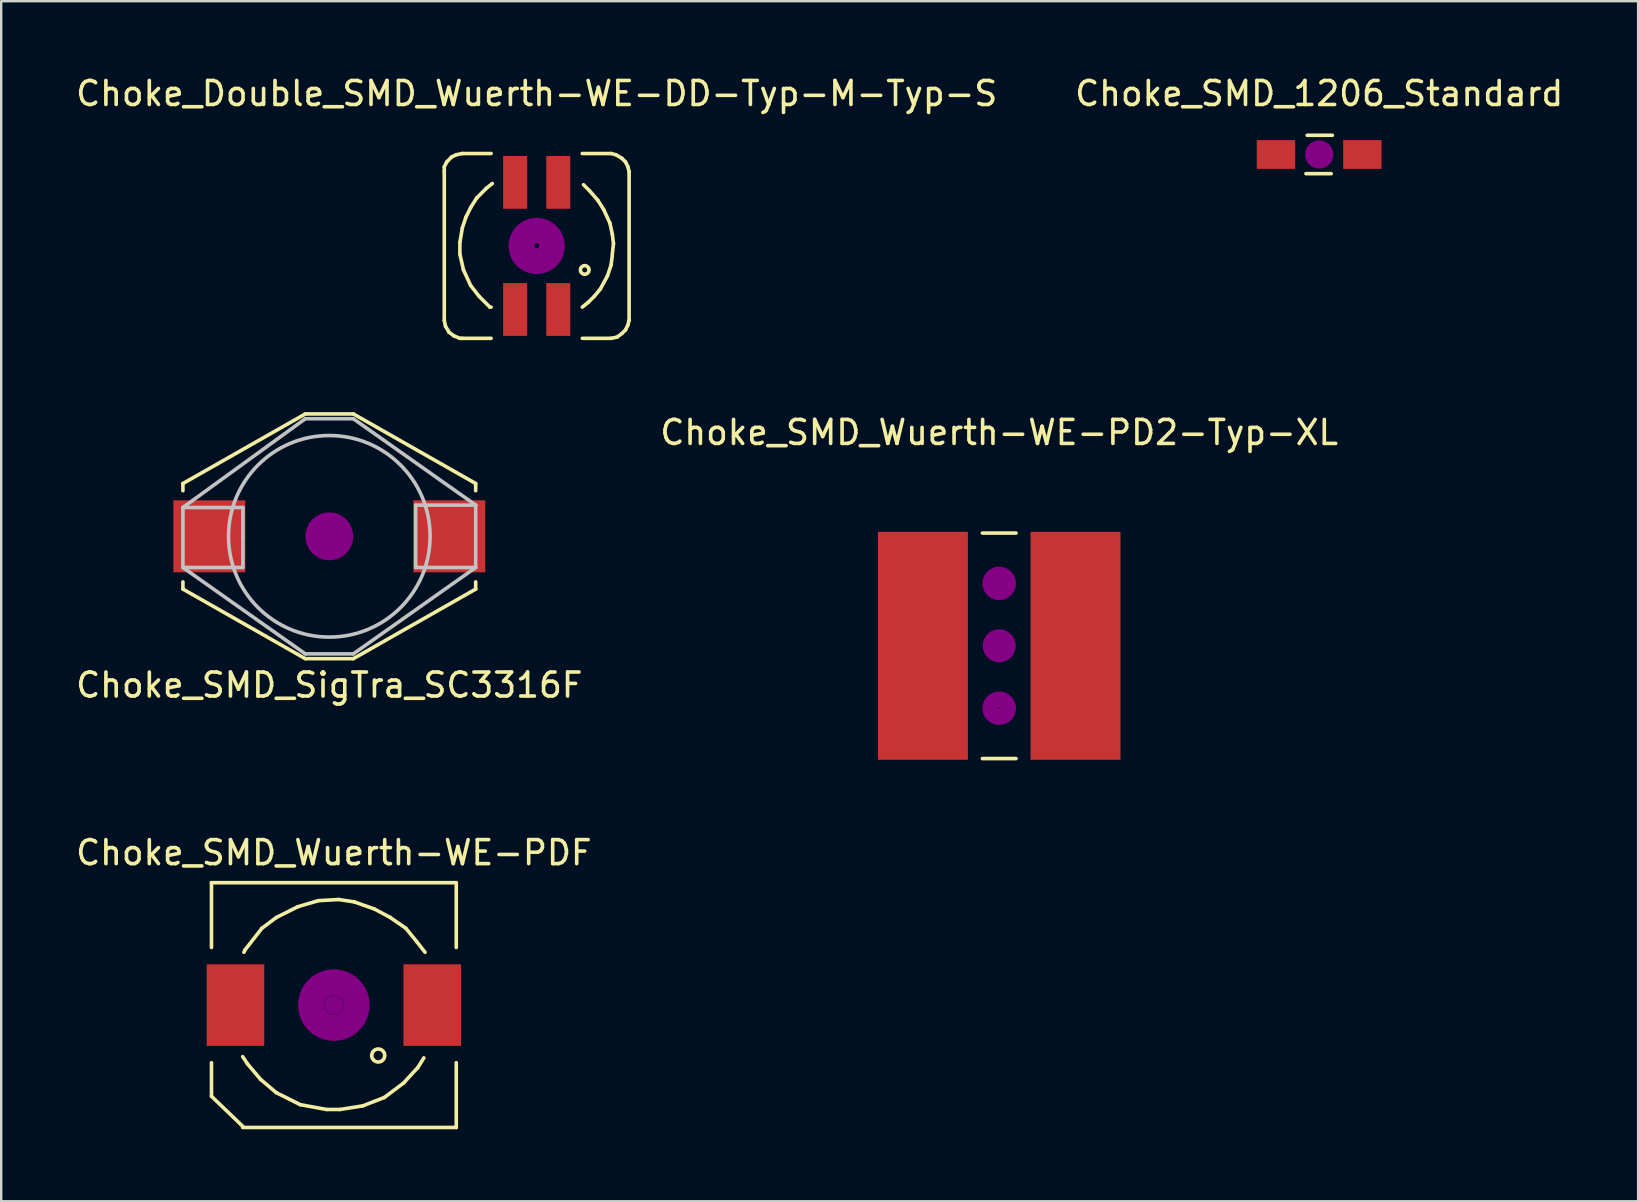
<source format=kicad_pcb>
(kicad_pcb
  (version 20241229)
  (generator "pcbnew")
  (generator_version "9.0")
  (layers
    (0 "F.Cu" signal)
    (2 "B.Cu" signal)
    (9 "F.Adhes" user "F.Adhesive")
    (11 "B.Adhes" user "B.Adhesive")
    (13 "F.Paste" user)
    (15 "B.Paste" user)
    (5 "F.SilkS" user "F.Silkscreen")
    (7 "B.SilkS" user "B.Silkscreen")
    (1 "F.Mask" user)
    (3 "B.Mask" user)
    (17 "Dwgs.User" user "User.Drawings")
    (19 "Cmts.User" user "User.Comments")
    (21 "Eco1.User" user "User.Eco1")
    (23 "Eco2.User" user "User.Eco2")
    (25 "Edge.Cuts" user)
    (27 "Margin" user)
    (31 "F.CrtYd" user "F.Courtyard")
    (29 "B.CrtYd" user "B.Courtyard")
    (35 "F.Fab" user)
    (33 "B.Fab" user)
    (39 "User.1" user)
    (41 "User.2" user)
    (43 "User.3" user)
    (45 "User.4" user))
  (footprint "Choke_Double_SMD_Wuerth-WE-DD-Typ-M-Typ-S"
    (layer "F.Cu")
    (at 19.315 7.198)
    (property "Reference" "Choke_Double_SMD_Wuerth-WE-DD-Typ-M-Typ-S" (at 0 -6.35 0) (layer "F.SilkS") (effects (font (size 1 1) (thickness 0.15))))
    (attr smd)
    (fp_line (start -3.851 -3.299) (end -3.851 -3.099) (stroke (width 0.15) (type solid)) (layer "F.SilkS"))
    (fp_line (start -3.851 -3.099) (end -3.851 3.099) (stroke (width 0.15) (type solid)) (layer "F.SilkS"))
    (fp_line (start -3.851 3.099) (end -3.8 3.35) (stroke (width 0.15) (type solid)) (layer "F.SilkS"))
    (fp_line (start -3.8 3.35) (end -3.65 3.599) (stroke (width 0.15) (type solid)) (layer "F.SilkS"))
    (fp_line (start -3.749 -3.5) (end -3.851 -3.299) (stroke (width 0.15) (type solid)) (layer "F.SilkS"))
    (fp_line (start -3.65 3.599) (end -3.449 3.749) (stroke (width 0.15) (type solid)) (layer "F.SilkS"))
    (fp_line (start -3.551 -3.701) (end -3.749 -3.5) (stroke (width 0.15) (type solid)) (layer "F.SilkS"))
    (fp_line (start -3.449 3.749) (end -3.2 3.851) (stroke (width 0.15) (type solid)) (layer "F.SilkS"))
    (fp_line (start -3.35 -3.8) (end -3.551 -3.701) (stroke (width 0.15) (type solid)) (layer "F.SilkS"))
    (fp_line (start -3.2 -0.15) (end -3.2 0.351) (stroke (width 0.15) (type solid)) (layer "F.SilkS"))
    (fp_line (start -3.2 0.351) (end -3.051 1.001) (stroke (width 0.15) (type solid)) (layer "F.SilkS"))
    (fp_line (start -3.2 3.851) (end -3.099 3.851) (stroke (width 0.15) (type solid)) (layer "F.SilkS"))
    (fp_line (start -3.099 -3.851) (end -3.35 -3.8) (stroke (width 0.15) (type solid)) (layer "F.SilkS"))
    (fp_line (start -3.099 -0.749) (end -3.2 -0.15) (stroke (width 0.15) (type solid)) (layer "F.SilkS"))
    (fp_line (start -3.099 3.851) (end -1.9 3.851) (stroke (width 0.15) (type solid)) (layer "F.SilkS"))
    (fp_line (start -3.051 1.001) (end -2.751 1.651) (stroke (width 0.15) (type solid)) (layer "F.SilkS"))
    (fp_line (start -2.949 -1.199) (end -3.099 -0.749) (stroke (width 0.15) (type solid)) (layer "F.SilkS"))
    (fp_line (start -2.751 -1.6) (end -2.949 -1.199) (stroke (width 0.15) (type solid)) (layer "F.SilkS"))
    (fp_line (start -2.751 1.651) (end -2.4 2.101) (stroke (width 0.15) (type solid)) (layer "F.SilkS"))
    (fp_line (start -2.499 -1.999) (end -2.751 -1.6) (stroke (width 0.15) (type solid)) (layer "F.SilkS"))
    (fp_line (start -2.4 2.101) (end -1.951 2.55) (stroke (width 0.15) (type solid)) (layer "F.SilkS"))
    (fp_line (start -2.101 -2.4) (end -2.499 -1.999) (stroke (width 0.15) (type solid)) (layer "F.SilkS"))
    (fp_line (start -1.951 2.55) (end -1.9 2.55) (stroke (width 0.15) (type solid)) (layer "F.SilkS"))
    (fp_line (start -1.9 -3.851) (end -3.099 -3.851) (stroke (width 0.15) (type solid)) (layer "F.SilkS"))
    (fp_line (start -1.849 -2.601) (end -2.101 -2.4) (stroke (width 0.15) (type solid)) (layer "F.SilkS"))
    (fp_line (start 1.9 -3.851) (end 3.099 -3.851) (stroke (width 0.15) (type solid)) (layer "F.SilkS"))
    (fp_line (start 1.951 -2.55) (end 2.2 -2.301) (stroke (width 0.15) (type solid)) (layer "F.SilkS"))
    (fp_line (start 2.149 2.349) (end 1.9 2.55) (stroke (width 0.15) (type solid)) (layer "F.SilkS"))
    (fp_line (start 2.2 -2.301) (end 2.55 -1.9) (stroke (width 0.15) (type solid)) (layer "F.SilkS"))
    (fp_line (start 2.4 2.101) (end 2.149 2.349) (stroke (width 0.15) (type solid)) (layer "F.SilkS"))
    (fp_line (start 2.55 -1.9) (end 2.799 -1.501) (stroke (width 0.15) (type solid)) (layer "F.SilkS"))
    (fp_line (start 2.649 1.801) (end 2.4 2.101) (stroke (width 0.15) (type solid)) (layer "F.SilkS"))
    (fp_line (start 2.799 -1.501) (end 3.051 -0.95) (stroke (width 0.15) (type solid)) (layer "F.SilkS"))
    (fp_line (start 2.949 1.25) (end 2.649 1.801) (stroke (width 0.15) (type solid)) (layer "F.SilkS"))
    (fp_line (start 3.051 -0.95) (end 3.15 -0.5) (stroke (width 0.15) (type solid)) (layer "F.SilkS"))
    (fp_line (start 3.099 -3.851) (end 3.299 -3.8) (stroke (width 0.15) (type solid)) (layer "F.SilkS"))
    (fp_line (start 3.099 0.8) (end 2.949 1.25) (stroke (width 0.15) (type solid)) (layer "F.SilkS"))
    (fp_line (start 3.099 3.851) (end 1.9 3.851) (stroke (width 0.15) (type solid)) (layer "F.SilkS"))
    (fp_line (start 3.15 -0.5) (end 3.2 -0.099) (stroke (width 0.15) (type solid)) (layer "F.SilkS"))
    (fp_line (start 3.15 0.399) (end 3.099 0.8) (stroke (width 0.15) (type solid)) (layer "F.SilkS"))
    (fp_line (start 3.2 -0.099) (end 3.15 0.351) (stroke (width 0.15) (type solid)) (layer "F.SilkS"))
    (fp_line (start 3.299 -3.8) (end 3.551 -3.65) (stroke (width 0.15) (type solid)) (layer "F.SilkS"))
    (fp_line (start 3.35 3.8) (end 3.099 3.851) (stroke (width 0.15) (type solid)) (layer "F.SilkS"))
    (fp_line (start 3.551 -3.65) (end 3.701 -3.5) (stroke (width 0.15) (type solid)) (layer "F.SilkS"))
    (fp_line (start 3.551 3.65) (end 3.35 3.8) (stroke (width 0.15) (type solid)) (layer "F.SilkS"))
    (fp_line (start 3.701 -3.5) (end 3.8 -3.299) (stroke (width 0.15) (type solid)) (layer "F.SilkS"))
    (fp_line (start 3.701 3.5) (end 3.551 3.65) (stroke (width 0.15) (type solid)) (layer "F.SilkS"))
    (fp_line (start 3.8 -3.299) (end 3.851 -3.099) (stroke (width 0.15) (type solid)) (layer "F.SilkS"))
    (fp_line (start 3.8 3.299) (end 3.701 3.5) (stroke (width 0.15) (type solid)) (layer "F.SilkS"))
    (fp_line (start 3.851 -3.099) (end 3.851 3.099) (stroke (width 0.15) (type solid)) (layer "F.SilkS"))
    (fp_line (start 3.851 3.099) (end 3.8 3.299) (stroke (width 0.15) (type solid)) (layer "F.SilkS"))
    (fp_circle (center 2.002 1.001) (end 2.151 0.902) (stroke (width 0.15) (type solid)) (fill no) (layer "F.SilkS"))
    (fp_circle (center 0 0) (end 0.1 0) (stroke (width 0.305) (type solid)) (fill no) (layer "F.Adhes"))
    (fp_circle (center 0 0) (end 0.3 -0.1) (stroke (width 0.305) (type solid)) (fill no) (layer "F.Adhes"))
    (fp_circle (center 0 0) (end 0.6 0) (stroke (width 0.305) (type solid)) (fill no) (layer "F.Adhes"))
    (fp_circle (center 0 0) (end 0.8 -0.1) (stroke (width 0.305) (type solid)) (fill no) (layer "F.Adhes"))
    (fp_circle (center 0 0) (end 1 -0.2) (stroke (width 0.305) (type solid)) (fill no) (layer "F.Adhes"))
    (fp_circle (center 0.8 0) (end 0.8 0) (stroke (width 0.305) (type solid)) (fill no) (layer "F.Adhes"))
    (pad "1" smd rect (at -0.899 2.649) (size 1.001 2.2) (layers "F.Cu" "F.Mask" "F.Paste"))
    (pad "2" smd rect (at -0.899 -2.649) (size 1.001 2.2) (layers "F.Cu" "F.Mask" "F.Paste"))
    (pad "3" smd rect (at 0.899 -2.649) (size 1.001 2.2) (layers "F.Cu" "F.Mask" "F.Paste"))
    (pad "4" smd rect (at 0.899 2.649) (size 1.001 2.2) (layers "F.Cu" "F.Mask" "F.Paste")))
  (footprint "Choke_SMD_1206_Standard"
    (layer "F.Cu")
    (at 51.923 3.388)
    (property "Reference" "Choke_SMD_1206_Standard" (at 0 -2.54 0) (layer "F.SilkS") (effects (font (size 1 1) (thickness 0.15))))
    (attr smd)
    (fp_line (start -0.551 0.8) (end 0.5 0.8) (stroke (width 0.15) (type solid)) (layer "F.SilkS"))
    (fp_line (start 0.551 -0.8) (end -0.5 -0.8) (stroke (width 0.15) (type solid)) (layer "F.SilkS"))
    (fp_circle (center 0 0) (end 0.201 -0.051) (stroke (width 0.381) (type solid)) (fill no) (layer "F.Adhes"))
    (fp_circle (center 0 0) (end 0.399 0) (stroke (width 0.381) (type solid)) (fill no) (layer "F.Adhes"))
    (pad "1" smd rect (at -1.801 0) (size 1.6 1.199) (layers "F.Cu" "F.Mask" "F.Paste"))
    (pad "2" smd rect (at 1.801 0) (size 1.6 1.199) (layers "F.Cu" "F.Mask" "F.Paste")))
  (footprint "Choke_SMD_Wuerth-WE-PDF"
    (layer "F.Cu")
    (at 10.863 38.834)
    (property "Reference" "Choke_SMD_Wuerth-WE-PDF" (at 0 -6.35 0) (layer "F.SilkS") (effects (font (size 1 1) (thickness 0.15))))
    (attr smd)
    (fp_line (start -5.1 -5.1) (end -5.1 -2.4) (stroke (width 0.15) (type solid)) (layer "F.SilkS"))
    (fp_line (start -5.1 2.4) (end -5.1 3.8) (stroke (width 0.15) (type solid)) (layer "F.SilkS"))
    (fp_line (start -5.1 3.8) (end -3.8 5.05) (stroke (width 0.15) (type solid)) (layer "F.SilkS"))
    (fp_line (start -3.8 2.149) (end -3.599 2.451) (stroke (width 0.15) (type solid)) (layer "F.SilkS"))
    (fp_line (start -3.701 -2.301) (end -3.749 -2.2) (stroke (width 0.15) (type solid)) (layer "F.SilkS"))
    (fp_line (start -3.599 2.451) (end -3.051 3.099) (stroke (width 0.15) (type solid)) (layer "F.SilkS"))
    (fp_line (start -3.051 3.099) (end -2.4 3.65) (stroke (width 0.15) (type solid)) (layer "F.SilkS"))
    (fp_line (start -3 -3.2) (end -3.701 -2.301) (stroke (width 0.15) (type solid)) (layer "F.SilkS"))
    (fp_line (start -2.4 -3.65) (end -3 -3.2) (stroke (width 0.15) (type solid)) (layer "F.SilkS"))
    (fp_line (start -2.4 3.65) (end -1.4 4.15) (stroke (width 0.15) (type solid)) (layer "F.SilkS"))
    (fp_line (start -1.501 -4.1) (end -2.4 -3.65) (stroke (width 0.15) (type solid)) (layer "F.SilkS"))
    (fp_line (start -1.4 4.15) (end -0.3 4.351) (stroke (width 0.15) (type solid)) (layer "F.SilkS"))
    (fp_line (start -0.65 -4.351) (end -1.501 -4.1) (stroke (width 0.15) (type solid)) (layer "F.SilkS"))
    (fp_line (start -0.3 4.351) (end 0.249 4.351) (stroke (width 0.15) (type solid)) (layer "F.SilkS"))
    (fp_line (start 0.201 -4.399) (end -0.65 -4.351) (stroke (width 0.15) (type solid)) (layer "F.SilkS"))
    (fp_line (start 0.249 4.351) (end 1.199 4.201) (stroke (width 0.15) (type solid)) (layer "F.SilkS"))
    (fp_line (start 0.851 -4.3) (end 0.201 -4.399) (stroke (width 0.15) (type solid)) (layer "F.SilkS"))
    (fp_line (start 1.199 4.201) (end 2.101 3.851) (stroke (width 0.15) (type solid)) (layer "F.SilkS"))
    (fp_line (start 1.699 -4) (end 0.851 -4.3) (stroke (width 0.15) (type solid)) (layer "F.SilkS"))
    (fp_line (start 2.101 3.851) (end 2.901 3.251) (stroke (width 0.15) (type solid)) (layer "F.SilkS"))
    (fp_line (start 2.349 -3.65) (end 1.699 -4) (stroke (width 0.15) (type solid)) (layer "F.SilkS"))
    (fp_line (start 2.901 3.251) (end 3.5 2.601) (stroke (width 0.15) (type solid)) (layer "F.SilkS"))
    (fp_line (start 3 -3.2) (end 2.349 -3.65) (stroke (width 0.15) (type solid)) (layer "F.SilkS"))
    (fp_line (start 3.449 -2.649) (end 3 -3.2) (stroke (width 0.15) (type solid)) (layer "F.SilkS"))
    (fp_line (start 3.5 2.601) (end 3.749 2.2) (stroke (width 0.15) (type solid)) (layer "F.SilkS"))
    (fp_line (start 3.8 -2.2) (end 3.449 -2.649) (stroke (width 0.15) (type solid)) (layer "F.SilkS"))
    (fp_line (start 5.1 -5.1) (end -5.1 -5.1) (stroke (width 0.15) (type solid)) (layer "F.SilkS"))
    (fp_line (start 5.1 -5.1) (end 5.1 -2.4) (stroke (width 0.15) (type solid)) (layer "F.SilkS"))
    (fp_line (start 5.1 5.1) (end -3.8 5.1) (stroke (width 0.15) (type solid)) (layer "F.SilkS"))
    (fp_line (start 5.1 5.1) (end 5.1 2.4) (stroke (width 0.15) (type solid)) (layer "F.SilkS"))
    (fp_circle (center 1.849 2.101) (end 2.101 2.2) (stroke (width 0.15) (type solid)) (fill no) (layer "F.SilkS"))
    (fp_circle (center 0 0) (end 0.15 0.15) (stroke (width 0.381) (type solid)) (fill no) (layer "F.Adhes"))
    (fp_circle (center 0 0) (end 0.599 0.051) (stroke (width 0.381) (type solid)) (fill no) (layer "F.Adhes"))
    (fp_circle (center 0 0) (end 0.95 0) (stroke (width 0.381) (type solid)) (fill no) (layer "F.Adhes"))
    (fp_circle (center 0 0) (end 1.3 0.051) (stroke (width 0.381) (type solid)) (fill no) (layer "F.Adhes"))
    (pad "1" smd rect (at -4.1 0) (size 2.4 3.401) (layers "F.Cu" "F.Mask" "F.Paste"))
    (pad "2" smd rect (at 4.1 0) (size 2.4 3.401) (layers "F.Cu" "F.Mask" "F.Paste")))
  (footprint "Choke_SMD_Wuerth-WE-PD2-Typ-XL"
    (layer "F.Cu")
    (at 38.589 23.862)
    (property "Reference" "Choke_SMD_Wuerth-WE-PD2-Typ-XL" (at 0 -8.89 0) (layer "F.SilkS") (effects (font (size 1 1) (thickness 0.15))))
    (attr smd)
    (fp_line (start -0.701 -4.699) (end 0.701 -4.699) (stroke (width 0.15) (type solid)) (layer "F.SilkS"))
    (fp_line (start -0.701 4.699) (end 0.701 4.699) (stroke (width 0.15) (type solid)) (layer "F.SilkS"))
    (fp_circle (center 0 -2.601) (end 0.201 -2.601) (stroke (width 0.381) (type solid)) (fill no) (layer "F.Adhes"))
    (fp_circle (center 0 -2.601) (end 0.5 -2.499) (stroke (width 0.381) (type solid)) (fill no) (layer "F.Adhes"))
    (fp_circle (center 0 0) (end 0.201 0) (stroke (width 0.381) (type solid)) (fill no) (layer "F.Adhes"))
    (fp_circle (center 0 0) (end 0.5 0) (stroke (width 0.381) (type solid)) (fill no) (layer "F.Adhes"))
    (fp_circle (center 0 2.601) (end 0.099 2.799) (stroke (width 0.381) (type solid)) (fill no) (layer "F.Adhes"))
    (fp_circle (center 0 2.601) (end 0.5 2.7) (stroke (width 0.381) (type solid)) (fill no) (layer "F.Adhes"))
    (pad "1" smd rect (at -3.18 0) (size 3.749 9.5) (layers "F.Cu" "F.Mask" "F.Paste"))
    (pad "2" smd rect (at 3.18 0) (size 3.749 9.5) (layers "F.Cu" "F.Mask" "F.Paste")))
  (footprint "Choke_SMD_SigTra_SC3316F"
    (layer "F.Cu")
    (at 10.673 19.299)
    (property "Reference" "Choke_SMD_SigTra_SC3316F" (at 0 6.2 0) (layer "F.SilkS") (effects (font (size 1 1) (thickness 0.15))))
    (attr through_hole)
    (fp_line (start -6.1 -2.2) (end -1 -5.1) (stroke (width 0.15) (type solid)) (layer "F.SilkS"))
    (fp_line (start -6.1 -1.9) (end -6.1 -2.2) (stroke (width 0.15) (type solid)) (layer "F.SilkS"))
    (fp_line (start -6.1 1.9) (end -6.1 2.2) (stroke (width 0.15) (type solid)) (layer "F.SilkS"))
    (fp_line (start -6.1 2.2) (end -1 5.1) (stroke (width 0.15) (type solid)) (layer "F.SilkS"))
    (fp_line (start 1 -5.1) (end -1 -5.1) (stroke (width 0.15) (type solid)) (layer "F.SilkS"))
    (fp_line (start 1 5.1) (end -1 5.1) (stroke (width 0.15) (type solid)) (layer "F.SilkS"))
    (fp_line (start 6.1 -2.2) (end 1 -5.1) (stroke (width 0.15) (type solid)) (layer "F.SilkS"))
    (fp_line (start 6.1 -1.9) (end 6.1 -2.2) (stroke (width 0.15) (type solid)) (layer "F.SilkS"))
    (fp_line (start 6.1 1.9) (end 6.1 2.2) (stroke (width 0.15) (type solid)) (layer "F.SilkS"))
    (fp_line (start 6.1 2.2) (end 1 5.1) (stroke (width 0.15) (type solid)) (layer "F.SilkS"))
    (fp_circle (center 0 0) (end 0.5 0) (stroke (width 1) (type solid)) (fill no) (layer "F.Adhes"))
    (fp_line (start -6.1 -1.2) (end -3.6 -1.2) (stroke (width 0.15) (type solid)) (layer "Dwgs.User"))
    (fp_line (start -6.1 1.3) (end -6.1 -1.2) (stroke (width 0.15) (type solid)) (layer "Dwgs.User"))
    (fp_line (start -3.6 -1.2) (end -3.6 0) (stroke (width 0.15) (type solid)) (layer "Dwgs.User"))
    (fp_line (start -3.6 0) (end -3.6 1.3) (stroke (width 0.15) (type solid)) (layer "Dwgs.User"))
    (fp_line (start -3.6 1.3) (end -6.1 1.3) (stroke (width 0.15) (type solid)) (layer "Dwgs.User"))
    (fp_line (start -1 -4.9) (end -6.1 -1.2) (stroke (width 0.15) (type solid)) (layer "Dwgs.User"))
    (fp_line (start -1 4.9) (end -6.1 1.3) (stroke (width 0.15) (type solid)) (layer "Dwgs.User"))
    (fp_line (start 1 -4.9) (end -1 -4.9) (stroke (width 0.15) (type solid)) (layer "Dwgs.User"))
    (fp_line (start 1 -4.9) (end 6.1 -1.3) (stroke (width 0.15) (type solid)) (layer "Dwgs.User"))
    (fp_line (start 1 4.9) (end -1 4.9) (stroke (width 0.15) (type solid)) (layer "Dwgs.User"))
    (fp_line (start 3.6 -1.3) (end 6.1 -1.3) (stroke (width 0.15) (type solid)) (layer "Dwgs.User"))
    (fp_line (start 3.6 1.3) (end 3.6 -1.3) (stroke (width 0.15) (type solid)) (layer "Dwgs.User"))
    (fp_line (start 6.1 -1.3) (end 6.1 1.3) (stroke (width 0.15) (type solid)) (layer "Dwgs.User"))
    (fp_line (start 6.1 1.3) (end 1 4.9) (stroke (width 0.15) (type solid)) (layer "Dwgs.User"))
    (fp_line (start 6.1 1.3) (end 3.6 1.3) (stroke (width 0.15) (type solid)) (layer "Dwgs.User"))
    (fp_circle (center 0 0) (end 4.2 0) (stroke (width 0.15) (type solid)) (fill no) (layer "Dwgs.User"))
    (pad "1" smd rect (at -5 0) (size 3 3) (layers "F.Cu" "F.Mask" "F.Paste"))
    (pad "2" smd rect (at 5 0) (size 3 3) (layers "F.Cu" "F.Mask" "F.Paste")))
  (gr_rect
    (start -3 -3)
    (end 65.214 47.01)
    (stroke (width 0.1) (type default))
    (fill no)
    (layer "Edge.Cuts")))
</source>
